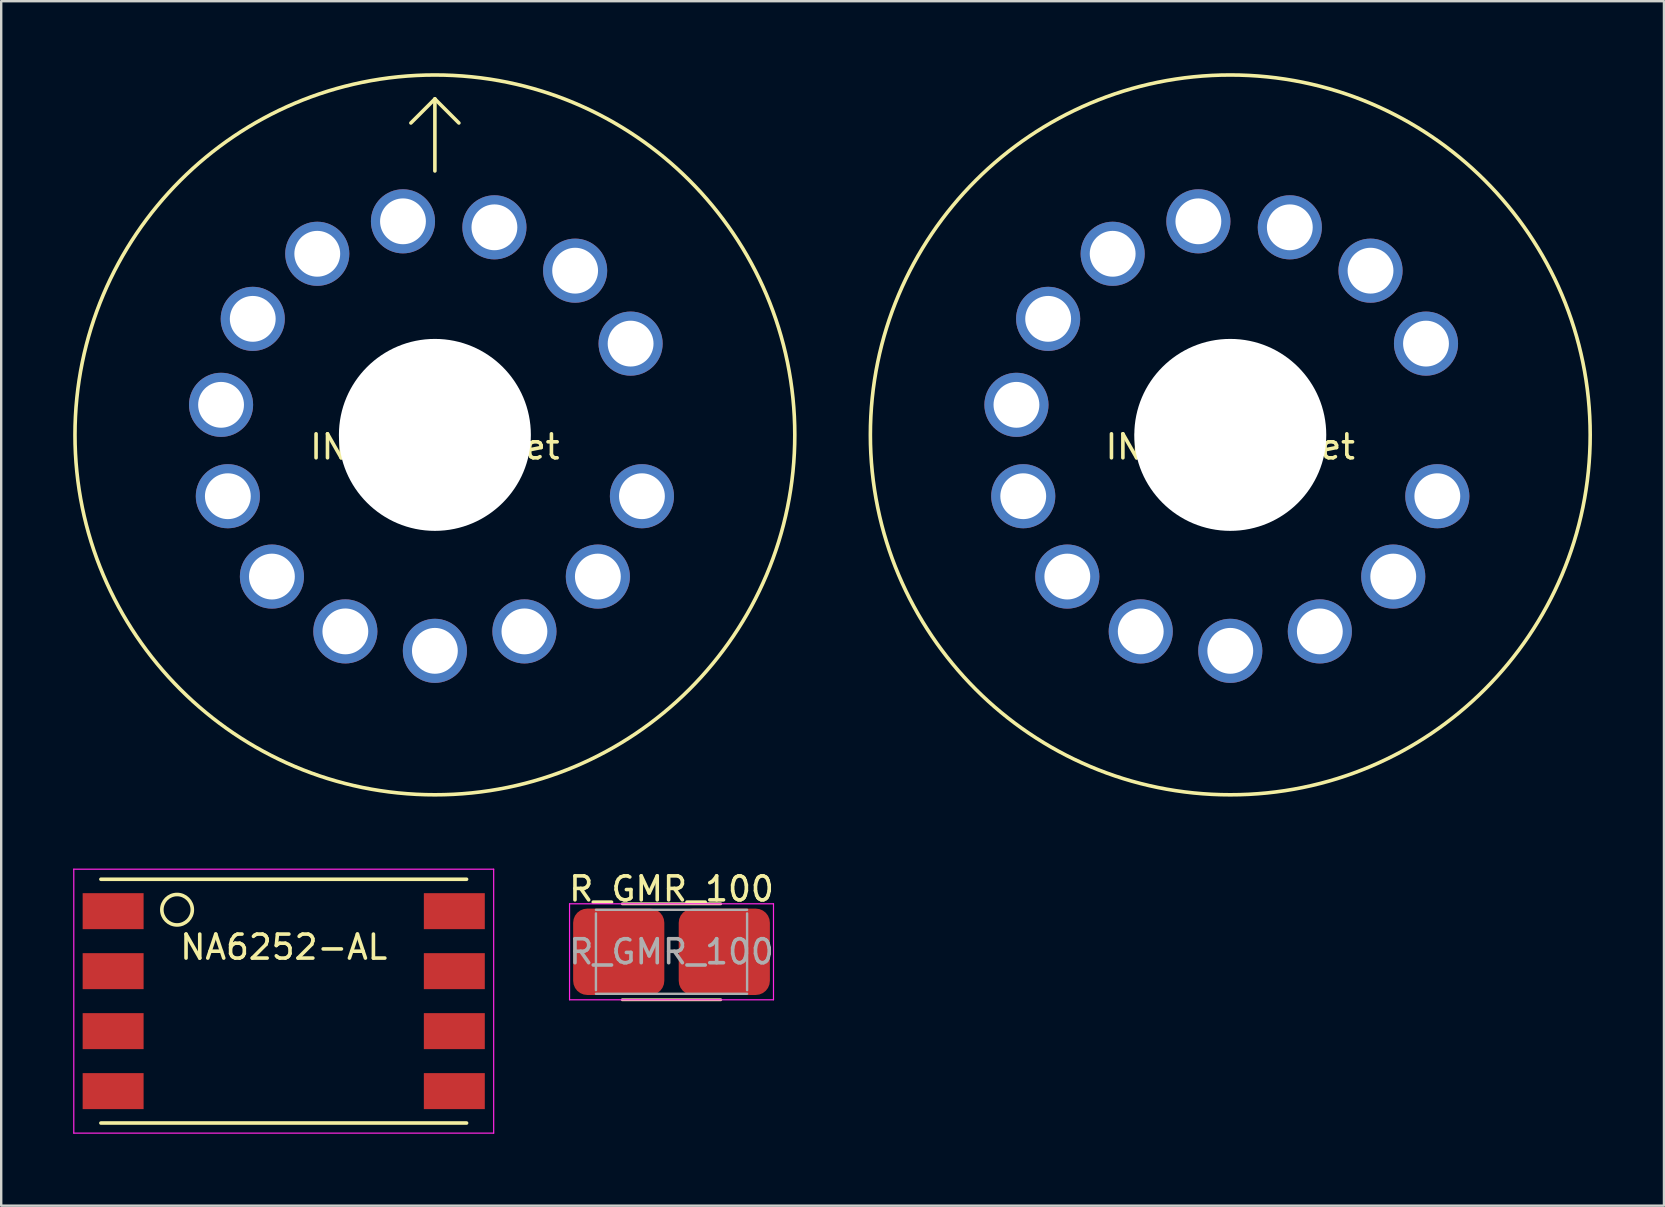
<source format=kicad_pcb>
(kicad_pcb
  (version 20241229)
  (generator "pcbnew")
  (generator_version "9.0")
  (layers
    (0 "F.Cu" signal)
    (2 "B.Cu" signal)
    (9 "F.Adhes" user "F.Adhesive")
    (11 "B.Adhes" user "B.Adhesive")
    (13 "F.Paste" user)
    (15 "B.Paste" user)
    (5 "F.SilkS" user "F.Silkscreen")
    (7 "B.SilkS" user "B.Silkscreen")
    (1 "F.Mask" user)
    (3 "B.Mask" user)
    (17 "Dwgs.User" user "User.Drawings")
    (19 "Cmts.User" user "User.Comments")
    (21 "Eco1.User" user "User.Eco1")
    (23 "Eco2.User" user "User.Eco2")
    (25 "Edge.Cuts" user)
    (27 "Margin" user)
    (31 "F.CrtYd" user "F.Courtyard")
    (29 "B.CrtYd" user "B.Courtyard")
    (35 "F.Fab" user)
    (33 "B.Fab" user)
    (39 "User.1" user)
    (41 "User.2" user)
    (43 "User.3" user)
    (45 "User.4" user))
  (footprint "R_GMR_100"
    (layer "F.Cu")
    (at 24.937 36.618)
    (property "Reference" "R_GMR_100" (at 0 -2.62 0) (layer "F.SilkS") (effects (font (size 1 1) (thickness 0.15))))
    (attr smd)
    (fp_line (start -2.052 -2) (end 2.052 -2) (stroke (width 0.12) (type solid)) (layer "F.SilkS"))
    (fp_line (start -2.052 2) (end 2.052 2) (stroke (width 0.12) (type solid)) (layer "F.SilkS"))
    (fp_line (start -4.25 -2) (end 4.25 -2) (stroke (width 0.05) (type solid)) (layer "F.CrtYd"))
    (fp_line (start -4.25 2) (end -4.25 -2) (stroke (width 0.05) (type solid)) (layer "F.CrtYd"))
    (fp_line (start 4.25 -2) (end 4.25 2) (stroke (width 0.05) (type solid)) (layer "F.CrtYd"))
    (fp_line (start 4.25 2) (end -4.25 2) (stroke (width 0.05) (type solid)) (layer "F.CrtYd"))
    (fp_line (start -3.15 -1.75) (end 3.15 -1.75) (stroke (width 0.1) (type solid)) (layer "F.Fab"))
    (fp_line (start -3.15 1.6) (end -3.15 -1.6) (stroke (width 0.1) (type solid)) (layer "F.Fab"))
    (fp_line (start 3.15 -1.6) (end 3.15 1.6) (stroke (width 0.1) (type solid)) (layer "F.Fab"))
    (fp_line (start 3.15 1.75) (end -3.15 1.75) (stroke (width 0.1) (type solid)) (layer "F.Fab"))
    (fp_text user "${REFERENCE}" (at 0 0 0) (layer "F.Fab") (effects (font (size 1 1) (thickness 0.15))))
    (pad "1" smd roundrect (at -2.2 0) (size 3.8 3.6) (layers "F.Cu" "F.Mask" "F.Paste") (roundrect_rratio 0.164))
    (pad "2" smd roundrect (at 2.2 0) (size 3.8 3.6) (layers "F.Cu" "F.Mask" "F.Paste") (roundrect_rratio 0.164)))
  (footprint "IN-18 Socket"
    (layer "F.Cu")
    (at 15.075 15.075)
    (property "Reference" "IN-18 Socket" (at 0 0.5 0) (layer "F.SilkS") (effects (font (size 1 1) (thickness 0.15))))
    (attr through_hole)
    (fp_line (start 0 -14) (end -1 -13) (stroke (width 0.15) (type solid)) (layer "F.SilkS"))
    (fp_line (start 0 -14) (end 1 -13) (stroke (width 0.15) (type solid)) (layer "F.SilkS"))
    (fp_line (start 0 -11) (end 0 -14) (stroke (width 0.15) (type solid)) (layer "F.SilkS"))
    (fp_circle (center 0 0) (end 15 0) (stroke (width 0.15) (type solid)) (fill no) (layer "F.SilkS"))
    (pad "" np_thru_hole circle (at 0 0) (size 8 8) (drill 8) (layers "*.Cu" "*.Mask"))
    (pad "1" thru_hole circle (at 8.629 2.556) (size 2.672 2.672) (drill 1.91) (layers "*.Cu" "*.Mask"))
    (pad "2" thru_hole circle (at 6.792 5.905) (size 2.672 2.672) (drill 1.91) (layers "*.Cu" "*.Mask"))
    (pad "3" thru_hole circle (at 3.732 8.19) (size 2.672 2.672) (drill 1.91) (layers "*.Cu" "*.Mask"))
    (pad "4" thru_hole circle (at 0 9) (size 2.672 2.672) (drill 1.91) (layers "*.Cu" "*.Mask"))
    (pad "5" thru_hole circle (at -3.732 8.19) (size 2.672 2.672) (drill 1.91) (layers "*.Cu" "*.Mask"))
    (pad "6" thru_hole circle (at -6.792 5.905) (size 2.672 2.672) (drill 1.91) (layers "*.Cu" "*.Mask"))
    (pad "7" thru_hole circle (at -8.629 2.556) (size 2.672 2.672) (drill 1.91) (layers "*.Cu" "*.Mask"))
    (pad "8" thru_hole circle (at -8.912 -1.253) (size 2.672 2.672) (drill 1.91) (layers "*.Cu" "*.Mask"))
    (pad "9" thru_hole circle (at -7.591 -4.836) (size 2.672 2.672) (drill 1.91) (layers "*.Cu" "*.Mask"))
    (pad "10" thru_hole circle (at -4.902 -7.548) (size 2.672 2.672) (drill 1.91) (layers "*.Cu" "*.Mask"))
    (pad "11" thru_hole circle (at -1.33 -8.901) (size 2.672 2.672) (drill 1.91) (layers "*.Cu" "*.Mask"))
    (pad "12" thru_hole circle (at 2.481 -8.651) (size 2.672 2.672) (drill 1.91) (layers "*.Cu" "*.Mask"))
    (pad "13" thru_hole circle (at 5.845 -6.844) (size 2.672 2.672) (drill 1.91) (layers "*.Cu" "*.Mask"))
    (pad "14" thru_hole circle (at 8.157 -3.804) (size 2.672 2.672) (drill 1.91) (layers "*.Cu" "*.Mask")))
  (footprint "IN-18_Socket"
    (layer "F.Cu")
    (at 48.225 15.075)
    (property "Reference" "IN-18_Socket" (at 0 0.5 0) (layer "F.SilkS") (effects (font (size 1 1) (thickness 0.15))))
    (attr through_hole)
    (fp_circle (center 0 0) (end 15 0) (stroke (width 0.15) (type solid)) (fill no) (layer "F.SilkS"))
    (pad "" np_thru_hole circle (at 0 0) (size 8 8) (drill 8) (layers "*.Cu" "*.Mask"))
    (pad "1" thru_hole circle (at 8.629 2.556) (size 2.672 2.672) (drill 1.91) (layers "*.Cu" "*.Mask"))
    (pad "2" thru_hole circle (at 6.792 5.905) (size 2.672 2.672) (drill 1.91) (layers "*.Cu" "*.Mask"))
    (pad "3" thru_hole circle (at 3.732 8.19) (size 2.672 2.672) (drill 1.91) (layers "*.Cu" "*.Mask"))
    (pad "4" thru_hole circle (at 0 9) (size 2.672 2.672) (drill 1.91) (layers "*.Cu" "*.Mask"))
    (pad "5" thru_hole circle (at -3.732 8.19) (size 2.672 2.672) (drill 1.91) (layers "*.Cu" "*.Mask"))
    (pad "6" thru_hole circle (at -6.792 5.905) (size 2.672 2.672) (drill 1.91) (layers "*.Cu" "*.Mask"))
    (pad "7" thru_hole circle (at -8.629 2.556) (size 2.672 2.672) (drill 1.91) (layers "*.Cu" "*.Mask"))
    (pad "8" thru_hole circle (at -8.912 -1.253) (size 2.672 2.672) (drill 1.91) (layers "*.Cu" "*.Mask"))
    (pad "9" thru_hole circle (at -7.591 -4.836) (size 2.672 2.672) (drill 1.91) (layers "*.Cu" "*.Mask"))
    (pad "10" thru_hole circle (at -4.902 -7.548) (size 2.672 2.672) (drill 1.91) (layers "*.Cu" "*.Mask"))
    (pad "11" thru_hole circle (at -1.33 -8.901) (size 2.672 2.672) (drill 1.91) (layers "*.Cu" "*.Mask"))
    (pad "12" thru_hole circle (at 2.481 -8.651) (size 2.672 2.672) (drill 1.91) (layers "*.Cu" "*.Mask"))
    (pad "13" thru_hole circle (at 5.845 -6.844) (size 2.672 2.672) (drill 1.91) (layers "*.Cu" "*.Mask"))
    (pad "14" thru_hole circle (at 8.157 -3.804) (size 2.672 2.672) (drill 1.91) (layers "*.Cu" "*.Mask")))
  (footprint "NA6252-AL"
    (layer "F.Cu")
    (at 8.775 38.675)
    (property "Reference" "NA6252-AL" (at 0 -2.25 0) (layer "F.SilkS") (effects (font (size 1 1) (thickness 0.15))))
    (attr through_hole)
    (fp_line (start -7.62 -5.08) (end 7.62 -5.08) (stroke (width 0.15) (type solid)) (layer "F.SilkS"))
    (fp_line (start -7.62 5.08) (end 7.62 5.08) (stroke (width 0.15) (type solid)) (layer "F.SilkS"))
    (fp_circle (center -4.445 -3.81) (end -3.81 -3.81) (stroke (width 0.15) (type solid)) (fill no) (layer "F.SilkS"))
    (fp_line (start -8.75 -5.5) (end 8.75 -5.5) (stroke (width 0.05) (type solid)) (layer "F.CrtYd"))
    (fp_line (start -8.75 5.5) (end -8.75 -5.5) (stroke (width 0.05) (type solid)) (layer "F.CrtYd"))
    (fp_line (start 8.75 -5.5) (end 8.75 5.5) (stroke (width 0.05) (type solid)) (layer "F.CrtYd"))
    (fp_line (start 8.75 5.5) (end -8.75 5.5) (stroke (width 0.05) (type solid)) (layer "F.CrtYd"))
    (pad "1" smd rect (at -7.11 -3.75) (size 2.54 1.5) (layers "F.Cu" "F.Mask" "F.Paste"))
    (pad "2" smd rect (at -7.11 -1.25) (size 2.54 1.5) (layers "F.Cu" "F.Mask" "F.Paste"))
    (pad "3" smd rect (at -7.11 1.25) (size 2.54 1.5) (layers "F.Cu" "F.Mask" "F.Paste"))
    (pad "4" smd rect (at -7.11 3.75) (size 2.54 1.5) (layers "F.Cu" "F.Mask" "F.Paste"))
    (pad "5" smd rect (at 7.11 3.75) (size 2.54 1.5) (layers "F.Cu" "F.Mask" "F.Paste"))
    (pad "6" smd rect (at 7.11 1.25) (size 2.54 1.5) (layers "F.Cu" "F.Mask" "F.Paste"))
    (pad "7" smd rect (at 7.11 -1.25) (size 2.54 1.5) (layers "F.Cu" "F.Mask" "F.Paste"))
    (pad "8" smd rect (at 7.11 -3.75) (size 2.54 1.5) (layers "F.Cu" "F.Mask" "F.Paste")))
  (gr_rect
    (start -3 -3)
    (end 66.3 47.2)
    (stroke (width 0.1) (type default))
    (fill no)
    (layer "Edge.Cuts")))
</source>
